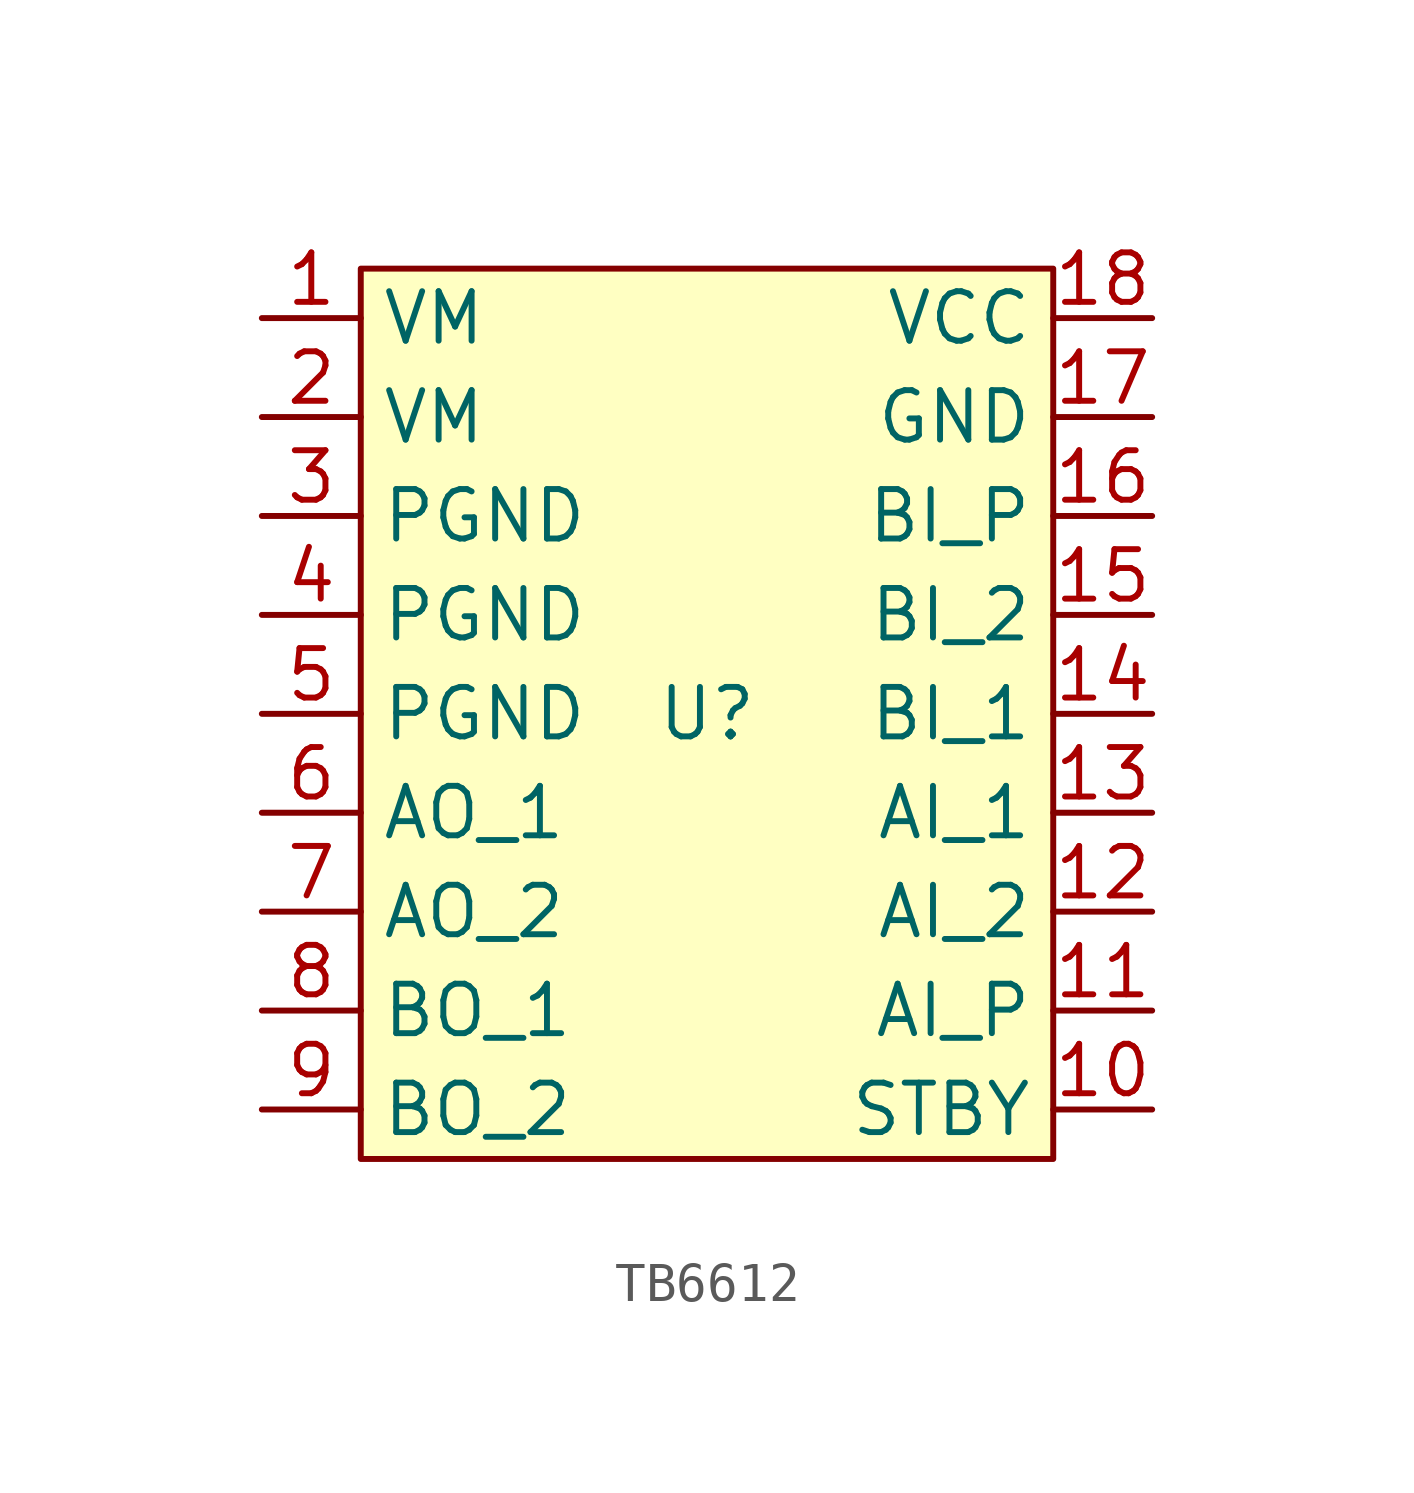
<source format=kicad_sym>
(kicad_symbol_lib
  (version 20241209)
  (generator "kicad_symbol_editor")
  (generator_version "9.0")
  (symbol "TB6612"
    (property "Reference" "U"
      (at 0 0 0)
      (effects (font (size 1.27 1.27))))
    (property "Value" ""
      (at 0 0 0)
      (effects (font (size 1.27 1.27))))
    (symbol "TB6612_1_1"
      (rectangle (start -8.89 11.43) (end 8.89 -11.43) (stroke (width 0) (type solid)) (fill (type background)))
      (pin power_in line (at -11.43 10.16 0) (length 2.54) (name "VM" (effects (font (size 1.27 1.27)))) (number "1" (effects (font (size 1.27 1.27)))))
      (pin power_in line (at -11.43 7.62 0) (length 2.54) (name "VM" (effects (font (size 1.27 1.27)))) (number "2" (effects (font (size 1.27 1.27)))))
      (pin passive line (at -11.43 5.08 0) (length 2.54) (name "PGND" (effects (font (size 1.27 1.27)))) (number "3" (effects (font (size 1.27 1.27)))))
      (pin passive line (at -11.43 2.54 0) (length 2.54) (name "PGND" (effects (font (size 1.27 1.27)))) (number "4" (effects (font (size 1.27 1.27)))))
      (pin passive line (at -11.43 0 0) (length 2.54) (name "PGND" (effects (font (size 1.27 1.27)))) (number "5" (effects (font (size 1.27 1.27)))))
      (pin output line (at -11.43 -2.54 0) (length 2.54) (name "AO_1" (effects (font (size 1.27 1.27)))) (number "6" (effects (font (size 1.27 1.27)))))
      (pin output line (at -11.43 -5.08 0) (length 2.54) (name "AO_2" (effects (font (size 1.27 1.27)))) (number "7" (effects (font (size 1.27 1.27)))))
      (pin output line (at -11.43 -7.62 0) (length 2.54) (name "BO_1" (effects (font (size 1.27 1.27)))) (number "8" (effects (font (size 1.27 1.27)))))
      (pin output line (at -11.43 -10.16 0) (length 2.54) (name "BO_2" (effects (font (size 1.27 1.27)))) (number "9" (effects (font (size 1.27 1.27)))))
      (pin power_in line (at 11.43 10.16 180) (length 2.54) (name "VCC" (effects (font (size 1.27 1.27)))) (number "18" (effects (font (size 1.27 1.27)))))
      (pin passive line (at 11.43 7.62 180) (length 2.54) (name "GND" (effects (font (size 1.27 1.27)))) (number "17" (effects (font (size 1.27 1.27)))))
      (pin input line (at 11.43 5.08 180) (length 2.54) (name "BI_P" (effects (font (size 1.27 1.27)))) (number "16" (effects (font (size 1.27 1.27)))))
      (pin input line (at 11.43 2.54 180) (length 2.54) (name "BI_2" (effects (font (size 1.27 1.27)))) (number "15" (effects (font (size 1.27 1.27)))))
      (pin input line (at 11.43 0 180) (length 2.54) (name "BI_1" (effects (font (size 1.27 1.27)))) (number "14" (effects (font (size 1.27 1.27)))))
      (pin input line (at 11.43 -2.54 180) (length 2.54) (name "AI_1" (effects (font (size 1.27 1.27)))) (number "13" (effects (font (size 1.27 1.27)))))
      (pin input line (at 11.43 -5.08 180) (length 2.54) (name "AI_2" (effects (font (size 1.27 1.27)))) (number "12" (effects (font (size 1.27 1.27)))))
      (pin input line (at 11.43 -7.62 180) (length 2.54) (name "AI_P" (effects (font (size 1.27 1.27)))) (number "11" (effects (font (size 1.27 1.27)))))
      (pin input line (at 11.43 -10.16 180) (length 2.54) (name "STBY" (effects (font (size 1.27 1.27)))) (number "10" (effects (font (size 1.27 1.27))))))))
</source>
